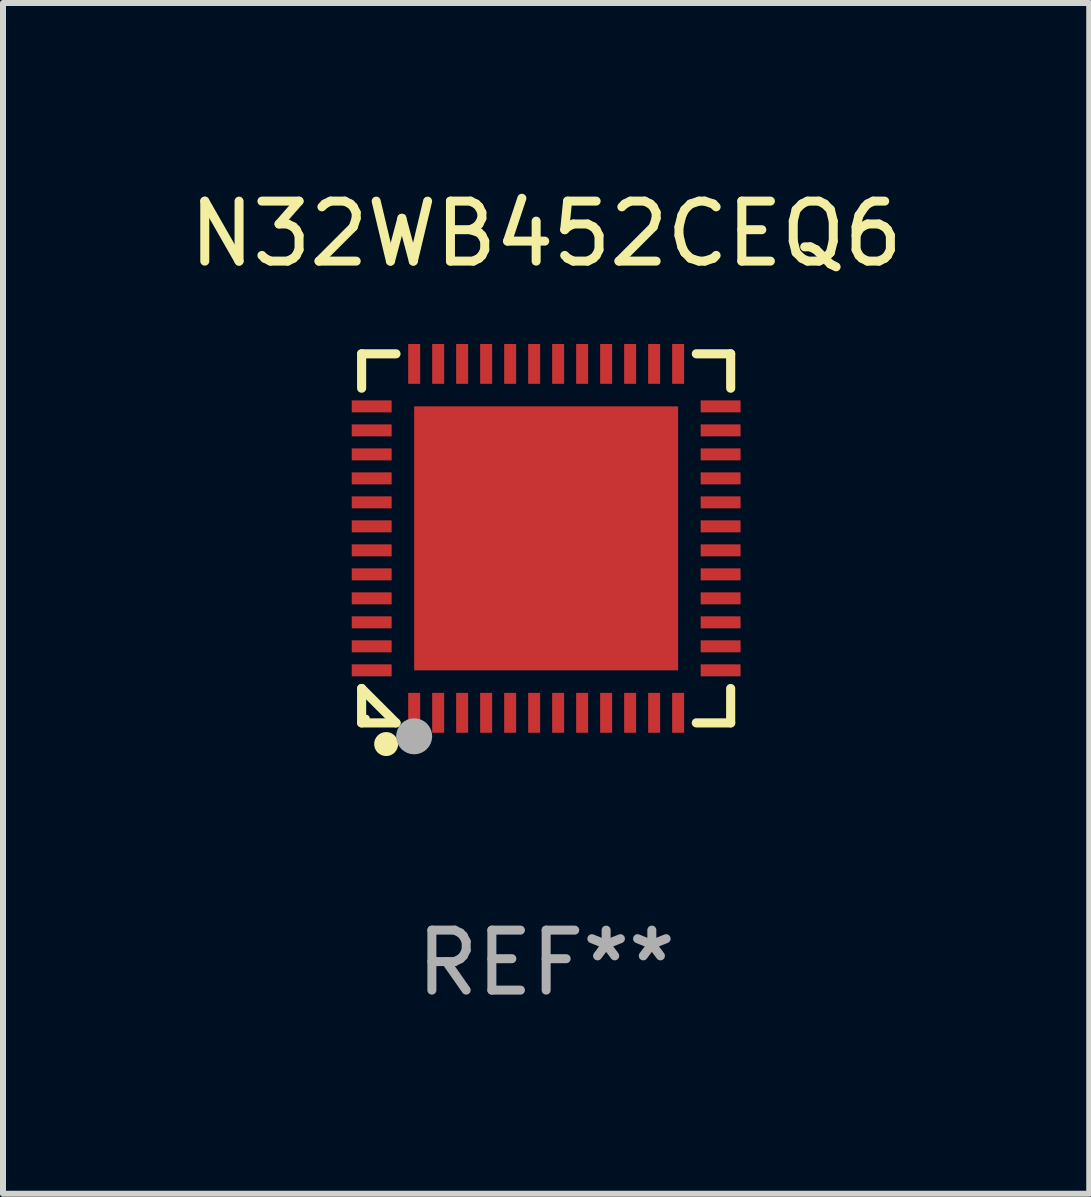
<source format=kicad_pcb>
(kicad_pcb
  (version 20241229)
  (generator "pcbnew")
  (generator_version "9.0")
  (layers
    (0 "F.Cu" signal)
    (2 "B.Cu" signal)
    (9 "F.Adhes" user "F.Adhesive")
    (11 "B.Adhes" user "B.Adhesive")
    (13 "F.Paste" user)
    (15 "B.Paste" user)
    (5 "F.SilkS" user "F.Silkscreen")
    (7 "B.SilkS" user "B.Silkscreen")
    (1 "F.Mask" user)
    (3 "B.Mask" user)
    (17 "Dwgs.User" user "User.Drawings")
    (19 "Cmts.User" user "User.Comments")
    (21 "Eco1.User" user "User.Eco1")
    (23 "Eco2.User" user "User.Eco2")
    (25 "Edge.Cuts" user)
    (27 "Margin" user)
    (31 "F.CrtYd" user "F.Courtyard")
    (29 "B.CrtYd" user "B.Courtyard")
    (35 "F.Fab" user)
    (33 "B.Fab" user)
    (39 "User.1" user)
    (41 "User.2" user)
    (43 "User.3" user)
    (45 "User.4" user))
  (footprint "N32WB452CEQ6"
    (layer "F.Cu")
    (at 6.054 5.924)
    (property "Reference" "N32WB452CEQ6" (at 0 -5.076 0) (layer "F.SilkS") (effects (font (size 1 1) (thickness 0.15))))
    (attr through_hole)
    (fp_line (start -3.076 -3.076) (end -2.503 -3.076) (stroke (width 0.152) (type solid)) (layer "F.SilkS"))
    (fp_line (start -3.076 -2.503) (end -3.076 -3.076) (stroke (width 0.152) (type solid)) (layer "F.SilkS"))
    (fp_line (start -3.076 2.503) (end -3.076 3.076) (stroke (width 0.152) (type solid)) (layer "F.SilkS"))
    (fp_line (start -3.076 2.503) (end -2.503 3.076) (stroke (width 0.152) (type solid)) (layer "F.SilkS"))
    (fp_line (start -3.076 3.076) (end -2.503 3.076) (stroke (width 0.152) (type solid)) (layer "F.SilkS"))
    (fp_line (start 3.076 -3.076) (end 2.503 -3.076) (stroke (width 0.152) (type solid)) (layer "F.SilkS"))
    (fp_line (start 3.076 -2.503) (end 3.076 -3.076) (stroke (width 0.152) (type solid)) (layer "F.SilkS"))
    (fp_line (start 3.076 2.503) (end 3.076 3.076) (stroke (width 0.152) (type solid)) (layer "F.SilkS"))
    (fp_line (start 3.076 3.076) (end 2.503 3.076) (stroke (width 0.152) (type solid)) (layer "F.SilkS"))
    (fp_circle (center -3 3) (end -2.97 3) (stroke (width 0.06) (type solid)) (fill no) (layer "F.SilkS"))
    (fp_circle (center -2.667 3.429) (end -2.567 3.429) (stroke (width 0.2) (type solid)) (fill no) (layer "F.SilkS"))
    (fp_circle (center -2.2 3.3) (end -2.05 3.3) (stroke (width 0.3) (type solid)) (fill no) (layer "F.Fab"))
    (fp_text user "REF**" (at 0 7.076 0) (layer "F.Fab") (effects (font (size 1 1) (thickness 0.15))))
    (pad "1" smd rect (at -2.2 2.908) (size 0.2 0.665) (layers "F.Cu" "F.Mask" "F.Paste"))
    (pad "2" smd rect (at -1.8 2.908) (size 0.2 0.665) (layers "F.Cu" "F.Mask" "F.Paste"))
    (pad "3" smd rect (at -1.4 2.908) (size 0.2 0.665) (layers "F.Cu" "F.Mask" "F.Paste"))
    (pad "4" smd rect (at -1 2.908) (size 0.2 0.665) (layers "F.Cu" "F.Mask" "F.Paste"))
    (pad "5" smd rect (at -0.6 2.908) (size 0.2 0.665) (layers "F.Cu" "F.Mask" "F.Paste"))
    (pad "6" smd rect (at -0.2 2.908) (size 0.2 0.665) (layers "F.Cu" "F.Mask" "F.Paste"))
    (pad "7" smd rect (at 0.2 2.908) (size 0.2 0.665) (layers "F.Cu" "F.Mask" "F.Paste"))
    (pad "8" smd rect (at 0.6 2.908) (size 0.2 0.665) (layers "F.Cu" "F.Mask" "F.Paste"))
    (pad "9" smd rect (at 1 2.908) (size 0.2 0.665) (layers "F.Cu" "F.Mask" "F.Paste"))
    (pad "10" smd rect (at 1.4 2.908) (size 0.2 0.665) (layers "F.Cu" "F.Mask" "F.Paste"))
    (pad "11" smd rect (at 1.8 2.908) (size 0.2 0.665) (layers "F.Cu" "F.Mask" "F.Paste"))
    (pad "12" smd rect (at 2.2 2.908) (size 0.2 0.665) (layers "F.Cu" "F.Mask" "F.Paste"))
    (pad "13" smd rect (at 2.908 2.2) (size 0.665 0.2) (layers "F.Cu" "F.Mask" "F.Paste"))
    (pad "14" smd rect (at 2.908 1.8) (size 0.665 0.2) (layers "F.Cu" "F.Mask" "F.Paste"))
    (pad "15" smd rect (at 2.908 1.4) (size 0.665 0.2) (layers "F.Cu" "F.Mask" "F.Paste"))
    (pad "16" smd rect (at 2.908 1) (size 0.665 0.2) (layers "F.Cu" "F.Mask" "F.Paste"))
    (pad "17" smd rect (at 2.908 0.6) (size 0.665 0.2) (layers "F.Cu" "F.Mask" "F.Paste"))
    (pad "18" smd rect (at 2.908 0.2) (size 0.665 0.2) (layers "F.Cu" "F.Mask" "F.Paste"))
    (pad "19" smd rect (at 2.908 -0.2) (size 0.665 0.2) (layers "F.Cu" "F.Mask" "F.Paste"))
    (pad "20" smd rect (at 2.908 -0.6) (size 0.665 0.2) (layers "F.Cu" "F.Mask" "F.Paste"))
    (pad "21" smd rect (at 2.908 -1) (size 0.665 0.2) (layers "F.Cu" "F.Mask" "F.Paste"))
    (pad "22" smd rect (at 2.908 -1.4) (size 0.665 0.2) (layers "F.Cu" "F.Mask" "F.Paste"))
    (pad "23" smd rect (at 2.908 -1.8) (size 0.665 0.2) (layers "F.Cu" "F.Mask" "F.Paste"))
    (pad "24" smd rect (at 2.908 -2.2) (size 0.665 0.2) (layers "F.Cu" "F.Mask" "F.Paste"))
    (pad "25" smd rect (at 2.2 -2.908) (size 0.2 0.665) (layers "F.Cu" "F.Mask" "F.Paste"))
    (pad "26" smd rect (at 1.8 -2.908) (size 0.2 0.665) (layers "F.Cu" "F.Mask" "F.Paste"))
    (pad "27" smd rect (at 1.4 -2.908) (size 0.2 0.665) (layers "F.Cu" "F.Mask" "F.Paste"))
    (pad "28" smd rect (at 1 -2.908) (size 0.2 0.665) (layers "F.Cu" "F.Mask" "F.Paste"))
    (pad "29" smd rect (at 0.6 -2.908) (size 0.2 0.665) (layers "F.Cu" "F.Mask" "F.Paste"))
    (pad "30" smd rect (at 0.2 -2.908) (size 0.2 0.665) (layers "F.Cu" "F.Mask" "F.Paste"))
    (pad "31" smd rect (at -0.2 -2.908) (size 0.2 0.665) (layers "F.Cu" "F.Mask" "F.Paste"))
    (pad "32" smd rect (at -0.6 -2.908) (size 0.2 0.665) (layers "F.Cu" "F.Mask" "F.Paste"))
    (pad "33" smd rect (at -1 -2.908) (size 0.2 0.665) (layers "F.Cu" "F.Mask" "F.Paste"))
    (pad "34" smd rect (at -1.4 -2.908) (size 0.2 0.665) (layers "F.Cu" "F.Mask" "F.Paste"))
    (pad "35" smd rect (at -1.8 -2.908) (size 0.2 0.665) (layers "F.Cu" "F.Mask" "F.Paste"))
    (pad "36" smd rect (at -2.2 -2.908) (size 0.2 0.665) (layers "F.Cu" "F.Mask" "F.Paste"))
    (pad "37" smd rect (at -2.908 -2.2) (size 0.665 0.2) (layers "F.Cu" "F.Mask" "F.Paste"))
    (pad "38" smd rect (at -2.908 -1.8) (size 0.665 0.2) (layers "F.Cu" "F.Mask" "F.Paste"))
    (pad "39" smd rect (at -2.908 -1.4) (size 0.665 0.2) (layers "F.Cu" "F.Mask" "F.Paste"))
    (pad "40" smd rect (at -2.908 -1) (size 0.665 0.2) (layers "F.Cu" "F.Mask" "F.Paste"))
    (pad "41" smd rect (at -2.908 -0.6) (size 0.665 0.2) (layers "F.Cu" "F.Mask" "F.Paste"))
    (pad "42" smd rect (at -2.908 -0.2) (size 0.665 0.2) (layers "F.Cu" "F.Mask" "F.Paste"))
    (pad "43" smd rect (at -2.908 0.2) (size 0.665 0.2) (layers "F.Cu" "F.Mask" "F.Paste"))
    (pad "44" smd rect (at -2.908 0.6) (size 0.665 0.2) (layers "F.Cu" "F.Mask" "F.Paste"))
    (pad "45" smd rect (at -2.908 1) (size 0.665 0.2) (layers "F.Cu" "F.Mask" "F.Paste"))
    (pad "46" smd rect (at -2.908 1.4) (size 0.665 0.2) (layers "F.Cu" "F.Mask" "F.Paste"))
    (pad "47" smd rect (at -2.908 1.8) (size 0.665 0.2) (layers "F.Cu" "F.Mask" "F.Paste"))
    (pad "48" smd rect (at -2.908 2.2) (size 0.665 0.2) (layers "F.Cu" "F.Mask" "F.Paste"))
    (pad "49" smd rect (at 0 0) (size 4.4 4.4) (layers "F.Cu" "F.Mask" "F.Paste")))
  (gr_rect
    (start -3 -3)
    (end 15.107 16.849)
    (stroke (width 0.1) (type default))
    (fill no)
    (layer "Edge.Cuts")))
</source>
